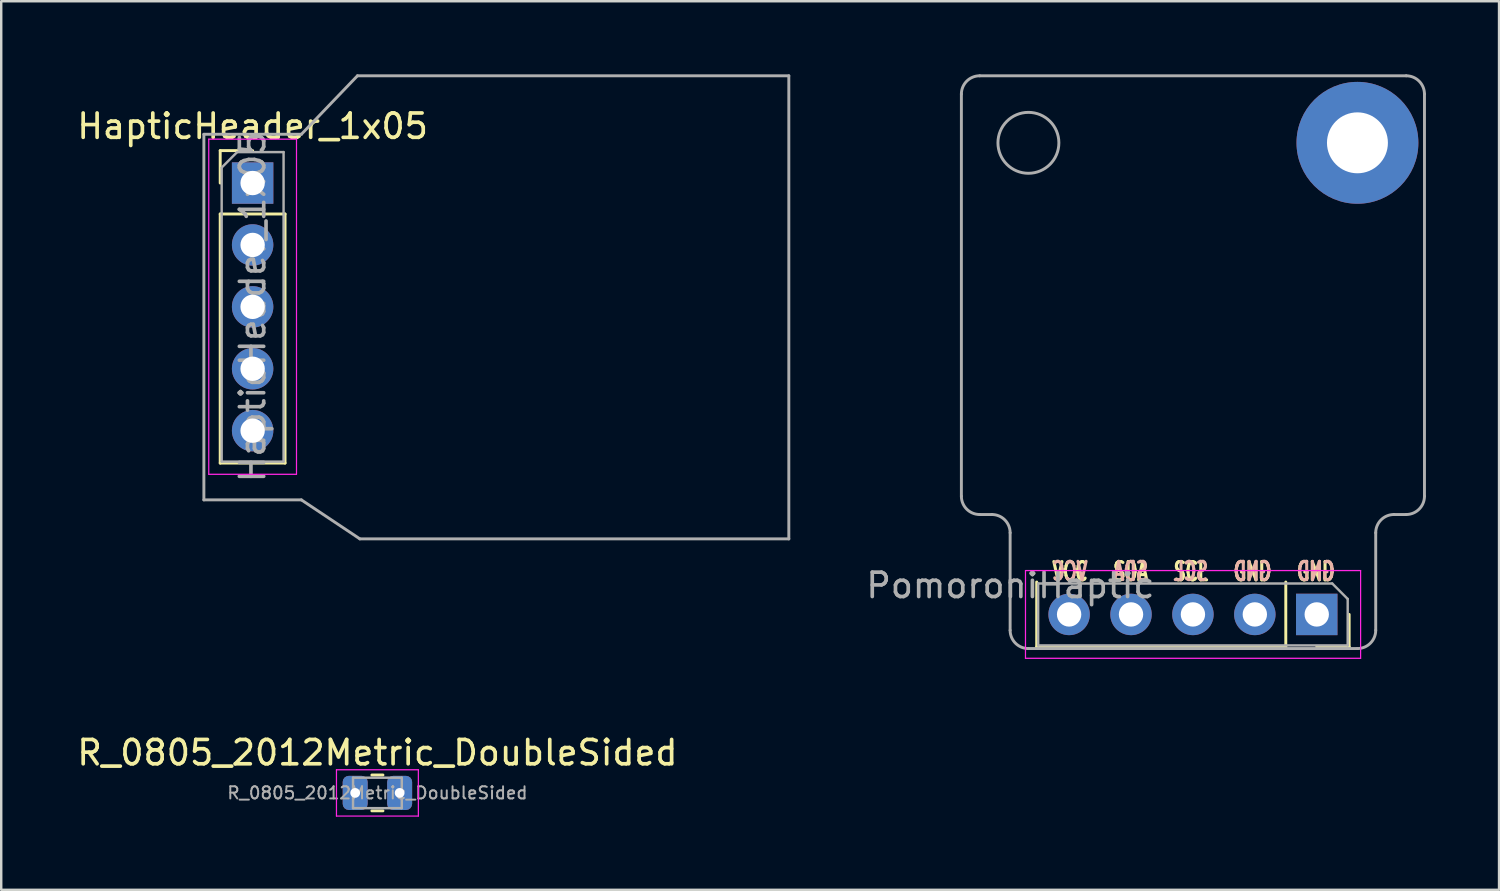
<source format=kicad_pcb>
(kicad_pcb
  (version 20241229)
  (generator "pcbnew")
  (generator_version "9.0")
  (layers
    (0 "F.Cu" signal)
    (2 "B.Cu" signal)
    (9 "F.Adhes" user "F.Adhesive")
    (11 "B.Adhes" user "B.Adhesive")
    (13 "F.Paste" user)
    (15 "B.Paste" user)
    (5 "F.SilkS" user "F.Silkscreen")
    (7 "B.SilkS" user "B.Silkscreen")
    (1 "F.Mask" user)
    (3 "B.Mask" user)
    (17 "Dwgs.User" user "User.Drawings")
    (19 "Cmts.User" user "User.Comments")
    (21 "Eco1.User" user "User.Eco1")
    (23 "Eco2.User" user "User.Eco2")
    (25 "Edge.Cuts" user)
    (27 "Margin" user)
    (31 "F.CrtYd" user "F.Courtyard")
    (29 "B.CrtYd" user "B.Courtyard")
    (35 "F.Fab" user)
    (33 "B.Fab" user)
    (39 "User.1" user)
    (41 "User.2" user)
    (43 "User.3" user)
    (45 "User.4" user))
  (footprint "R_0805_2012Metric_DoubleSided"
    (layer "F.Cu")
    (at 12.435 29.483)
    (property "Reference" "R_0805_2012Metric_DoubleSided" (at 0 -1.65 0) (layer "F.SilkS") (effects (font (size 1 1) (thickness 0.15))))
    (attr smd)
    (fp_line (start -0.227 -0.735) (end 0.227 -0.735) (stroke (width 0.12) (type solid)) (layer "F.SilkS"))
    (fp_line (start -0.227 0.735) (end 0.227 0.735) (stroke (width 0.12) (type solid)) (layer "F.SilkS"))
    (fp_line (start -1.68 -0.95) (end 1.68 -0.95) (stroke (width 0.05) (type solid)) (layer "F.CrtYd"))
    (fp_line (start -1.68 0.95) (end -1.68 -0.95) (stroke (width 0.05) (type solid)) (layer "F.CrtYd"))
    (fp_line (start 1.68 -0.95) (end 1.68 0.95) (stroke (width 0.05) (type solid)) (layer "F.CrtYd"))
    (fp_line (start 1.68 0.95) (end -1.68 0.95) (stroke (width 0.05) (type solid)) (layer "F.CrtYd"))
    (fp_line (start -1 -0.625) (end 1 -0.625) (stroke (width 0.1) (type solid)) (layer "F.Fab"))
    (fp_line (start -1 0.625) (end -1 -0.625) (stroke (width 0.1) (type solid)) (layer "F.Fab"))
    (fp_line (start 1 -0.625) (end 1 0.625) (stroke (width 0.1) (type solid)) (layer "F.Fab"))
    (fp_line (start 1 0.625) (end -1 0.625) (stroke (width 0.1) (type solid)) (layer "F.Fab"))
    (fp_text user "${REFERENCE}" (at 0 0 0) (layer "F.Fab") (effects (font (size 0.5 0.5) (thickness 0.08))))
    (pad "1" thru_hole roundrect (at -0.912 0) (size 1.025 1.4) (drill 0.4) (layers "*.Cu" "*.Mask") (roundrect_rratio 0.244))
    (pad "2" thru_hole roundrect (at 0.912 0) (size 1.025 1.4) (drill 0.4) (layers "*.Cu" "*.Mask") (roundrect_rratio 0.244)))
  (footprint "PomoroniHaptic"
    (layer "F.Cu")
    (at 45.895 11.06)
    (property "Reference" "PomoroniHaptic" (at -7.49 9.91 180) (layer "F.Fab") (effects (font (size 1 1) (thickness 0.15))))
    (attr through_hole)
    (fp_line (start -6.41 9.77) (end -6.41 12.43) (stroke (width 0.12) (type solid)) (layer "F.SilkS"))
    (fp_line (start 3.81 9.77) (end 3.81 12.43) (stroke (width 0.12) (type solid)) (layer "F.SilkS"))
    (fp_line (start 3.81 12.43) (end -6.41 12.43) (stroke (width 0.12) (type solid)) (layer "F.SilkS"))
    (fp_line (start 5.08 12.43) (end 6.41 12.43) (stroke (width 0.12) (type solid)) (layer "F.SilkS"))
    (fp_line (start 6.41 11.1) (end 6.41 12.43) (stroke (width 0.12) (type solid)) (layer "F.SilkS"))
    (fp_line (start -6.87 9.3) (end -6.87 12.9) (stroke (width 0.05) (type solid)) (layer "F.CrtYd"))
    (fp_line (start -6.87 12.9) (end 6.88 12.9) (stroke (width 0.05) (type solid)) (layer "F.CrtYd"))
    (fp_line (start 6.88 9.3) (end -6.87 9.3) (stroke (width 0.05) (type solid)) (layer "F.CrtYd"))
    (fp_line (start 6.88 12.9) (end 6.88 9.3) (stroke (width 0.05) (type solid)) (layer "F.CrtYd"))
    (fp_line (start -9.5 -10.25) (end -9.5 6.25) (stroke (width 0.12) (type solid)) (layer "F.Fab"))
    (fp_line (start -8.25 7) (end -8.75 7) (stroke (width 0.12) (type solid)) (layer "F.Fab"))
    (fp_line (start -7.5 11.75) (end -7.5 7.75) (stroke (width 0.12) (type solid)) (layer "F.Fab"))
    (fp_line (start -6.75 12.5) (end 6.75 12.5) (stroke (width 0.12) (type solid)) (layer "F.Fab"))
    (fp_line (start -6.35 9.83) (end 5.715 9.83) (stroke (width 0.1) (type solid)) (layer "F.Fab"))
    (fp_line (start -6.35 12.37) (end -6.35 9.83) (stroke (width 0.1) (type solid)) (layer "F.Fab"))
    (fp_line (start 5.715 9.83) (end 6.35 10.465) (stroke (width 0.1) (type solid)) (layer "F.Fab"))
    (fp_line (start 6.35 10.465) (end 6.35 12.37) (stroke (width 0.1) (type solid)) (layer "F.Fab"))
    (fp_line (start 6.35 12.37) (end -6.35 12.37) (stroke (width 0.1) (type solid)) (layer "F.Fab"))
    (fp_line (start 7.5 11.75) (end 7.5 7.75) (stroke (width 0.12) (type solid)) (layer "F.Fab"))
    (fp_line (start 8.25 7) (end 8.75 7) (stroke (width 0.12) (type solid)) (layer "F.Fab"))
    (fp_line (start 8.75 -11) (end -8.75 -11) (stroke (width 0.12) (type solid)) (layer "F.Fab"))
    (fp_line (start 9.5 -10.25) (end 9.5 6.25) (stroke (width 0.12) (type solid)) (layer "F.Fab"))
    (fp_arc (start -9.5 -10.25) (mid -9.28033 -10.78033) (end -8.75 -11) (stroke (width 0.12) (type solid)) (layer "F.Fab"))
    (fp_arc (start -8.75 7) (mid -9.28033 6.78033) (end -9.5 6.25) (stroke (width 0.12) (type solid)) (layer "F.Fab"))
    (fp_arc (start -8.25 7) (mid -7.71967 7.21967) (end -7.5 7.75) (stroke (width 0.12) (type solid)) (layer "F.Fab"))
    (fp_arc (start -6.75 12.5) (mid -7.28033 12.28033) (end -7.5 11.75) (stroke (width 0.12) (type solid)) (layer "F.Fab"))
    (fp_arc (start 7.5 7.75) (mid 7.71967 7.21967) (end 8.25 7) (stroke (width 0.12) (type solid)) (layer "F.Fab"))
    (fp_arc (start 7.5 11.75) (mid 7.28033 12.28033) (end 6.75 12.5) (stroke (width 0.12) (type solid)) (layer "F.Fab"))
    (fp_arc (start 8.75 -11) (mid 9.28033 -10.78033) (end 9.5 -10.25) (stroke (width 0.12) (type solid)) (layer "F.Fab"))
    (fp_arc (start 9.5 6.25) (mid 9.28033 6.78033) (end 8.75 7) (stroke (width 0.12) (type solid)) (layer "F.Fab"))
    (fp_circle (center -6.75 -8.25) (end -5.5 -8.25) (stroke (width 0.12) (type solid)) (fill no) (layer "F.Fab"))
    (fp_text user "SDA" (at -2.55 9.34 0) (layer "F.SilkS") (effects (font (size 0.75 0.5) (thickness 0.125))))
    (fp_text user "GND" (at 2.443 9.34 0) (layer "F.SilkS") (effects (font (size 0.75 0.5) (thickness 0.125))))
    (fp_text user "VCC" (at -5.04 9.34 0) (layer "F.SilkS") (effects (font (size 0.75 0.5) (thickness 0.125))))
    (fp_text user "GND" (at 5.04 9.34 0) (layer "F.SilkS") (effects (font (size 0.75 0.5) (thickness 0.125))))
    (fp_text user "SCL" (at -0.083 9.34 0) (layer "F.SilkS") (effects (font (size 0.75 0.5) (thickness 0.125))))
    (fp_text user "GND" (at 2.448 9.33 0) (layer "B.SilkS") (effects (font (size 0.75 0.5) (thickness 0.125)) (justify mirror)))
    (fp_text user "SCL" (at -0.083 9.33 0) (layer "B.SilkS") (effects (font (size 0.75 0.5) (thickness 0.125)) (justify mirror)))
    (fp_text user "GND" (at 5.05 9.33 0) (layer "B.SilkS") (effects (font (size 0.75 0.5) (thickness 0.125)) (justify mirror)))
    (fp_text user "VCC" (at -5.05 9.33 0) (layer "B.SilkS") (effects (font (size 0.75 0.5) (thickness 0.125)) (justify mirror)))
    (fp_text user "SDA" (at -2.555 9.33 0) (layer "B.SilkS") (effects (font (size 0.75 0.5) (thickness 0.125)) (justify mirror)))
    (pad "" thru_hole circle (at 6.75 -8.25) (size 5 5) (drill 2.5) (layers "*.Cu" "*.Mask"))
    (pad "1" thru_hole rect (at 5.08 11.1 270) (size 1.7 1.7) (drill 1) (layers "*.Cu" "*.Mask"))
    (pad "2" thru_hole oval (at 2.54 11.1 270) (size 1.7 1.7) (drill 1) (layers "*.Cu" "*.Mask"))
    (pad "3" thru_hole oval (at 0 11.1 270) (size 1.7 1.7) (drill 1) (layers "*.Cu" "*.Mask"))
    (pad "4" thru_hole oval (at -2.54 11.1 270) (size 1.7 1.7) (drill 1) (layers "*.Cu" "*.Mask"))
    (pad "5" thru_hole oval (at -5.08 11.1 270) (size 1.7 1.7) (drill 1) (layers "*.Cu" "*.Mask")))
  (footprint "HapticHeader_1x05"
    (layer "F.Cu")
    (at 7.315 4.46)
    (property "Reference" "HapticHeader_1x05" (at 0 -2.33 0) (layer "F.SilkS") (effects (font (size 1 1) (thickness 0.15))))
    (attr through_hole)
    (fp_line (start -1.33 -1.33) (end 0 -1.33) (stroke (width 0.12) (type solid)) (layer "F.SilkS"))
    (fp_line (start -1.33 0) (end -1.33 -1.33) (stroke (width 0.12) (type solid)) (layer "F.SilkS"))
    (fp_line (start -1.33 1.27) (end -1.33 11.49) (stroke (width 0.12) (type solid)) (layer "F.SilkS"))
    (fp_line (start -1.33 1.27) (end 1.33 1.27) (stroke (width 0.12) (type solid)) (layer "F.SilkS"))
    (fp_line (start -1.33 11.49) (end 1.33 11.49) (stroke (width 0.12) (type solid)) (layer "F.SilkS"))
    (fp_line (start 1.33 1.27) (end 1.33 11.49) (stroke (width 0.12) (type solid)) (layer "F.SilkS"))
    (fp_line (start -1.8 -1.8) (end -1.8 11.95) (stroke (width 0.05) (type solid)) (layer "F.CrtYd"))
    (fp_line (start -1.8 11.95) (end 1.8 11.95) (stroke (width 0.05) (type solid)) (layer "F.CrtYd"))
    (fp_line (start 1.8 -1.8) (end -1.8 -1.8) (stroke (width 0.05) (type solid)) (layer "F.CrtYd"))
    (fp_line (start 1.8 11.95) (end 1.8 -1.8) (stroke (width 0.05) (type solid)) (layer "F.CrtYd"))
    (fp_line (start -2 -2) (end 2 -2) (stroke (width 0.12) (type solid)) (layer "F.Fab"))
    (fp_line (start -2 13) (end -2 -2) (stroke (width 0.12) (type solid)) (layer "F.Fab"))
    (fp_line (start -2 13) (end 2 13) (stroke (width 0.12) (type solid)) (layer "F.Fab"))
    (fp_line (start -1.27 -0.635) (end -0.635 -1.27) (stroke (width 0.1) (type solid)) (layer "F.Fab"))
    (fp_line (start -1.27 11.43) (end -1.27 -0.635) (stroke (width 0.1) (type solid)) (layer "F.Fab"))
    (fp_line (start -0.635 -1.27) (end 1.27 -1.27) (stroke (width 0.1) (type solid)) (layer "F.Fab"))
    (fp_line (start 1.27 -1.27) (end 1.27 11.43) (stroke (width 0.1) (type solid)) (layer "F.Fab"))
    (fp_line (start 1.27 11.43) (end -1.27 11.43) (stroke (width 0.1) (type solid)) (layer "F.Fab"))
    (fp_line (start 2 -2) (end 4.3 -4.4) (stroke (width 0.12) (type solid)) (layer "F.Fab"))
    (fp_line (start 2 13) (end 4.4 14.6) (stroke (width 0.12) (type solid)) (layer "F.Fab"))
    (fp_line (start 22 -4.4) (end 4.3 -4.4) (stroke (width 0.12) (type solid)) (layer "F.Fab"))
    (fp_line (start 22 14.6) (end 4.4 14.6) (stroke (width 0.12) (type solid)) (layer "F.Fab"))
    (fp_line (start 22 14.6) (end 22 -4.4) (stroke (width 0.12) (type solid)) (layer "F.Fab"))
    (fp_text user "${REFERENCE}" (at 0 5.08 90) (layer "F.Fab") (effects (font (size 1 1) (thickness 0.15))))
    (pad "1" thru_hole rect (at 0 0) (size 1.7 1.7) (drill 1) (layers "*.Cu" "*.Mask"))
    (pad "2" thru_hole oval (at 0 2.54) (size 1.7 1.7) (drill 1) (layers "*.Cu" "*.Mask"))
    (pad "3" thru_hole oval (at 0 5.08) (size 1.7 1.7) (drill 1) (layers "*.Cu" "*.Mask"))
    (pad "4" thru_hole oval (at 0 7.62) (size 1.7 1.7) (drill 1) (layers "*.Cu" "*.Mask"))
    (pad "5" thru_hole oval (at 0 10.16) (size 1.7 1.7) (drill 1) (layers "*.Cu" "*.Mask")))
  (gr_rect
    (start -3 -3)
    (end 58.455 33.458)
    (stroke (width 0.1) (type default))
    (fill no)
    (layer "Edge.Cuts")))
</source>
